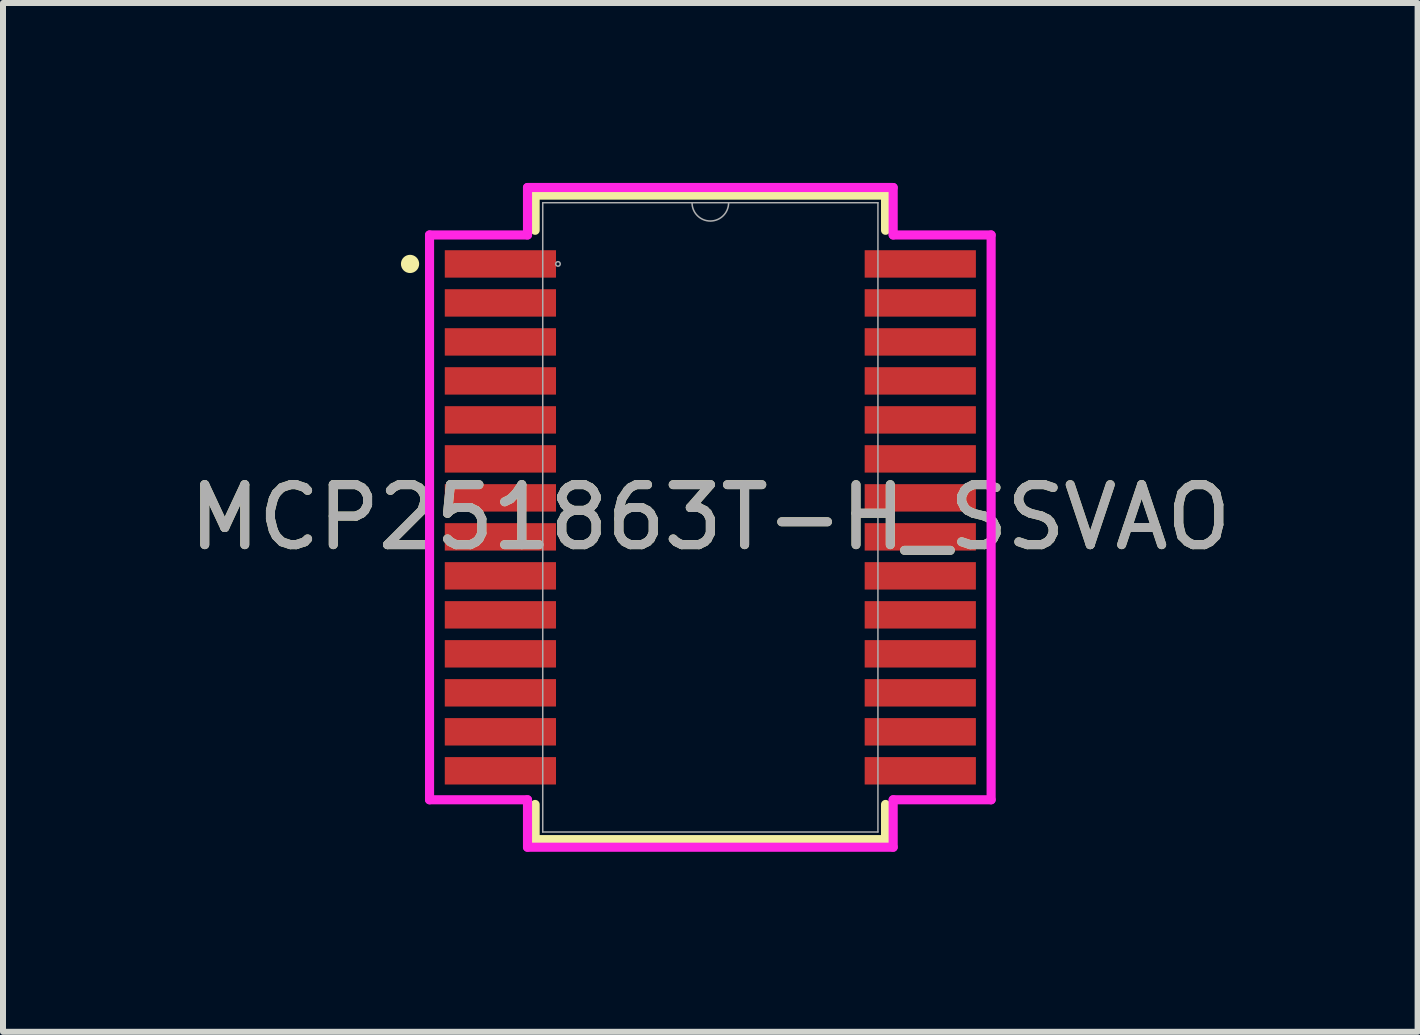
<source format=kicad_pcb>
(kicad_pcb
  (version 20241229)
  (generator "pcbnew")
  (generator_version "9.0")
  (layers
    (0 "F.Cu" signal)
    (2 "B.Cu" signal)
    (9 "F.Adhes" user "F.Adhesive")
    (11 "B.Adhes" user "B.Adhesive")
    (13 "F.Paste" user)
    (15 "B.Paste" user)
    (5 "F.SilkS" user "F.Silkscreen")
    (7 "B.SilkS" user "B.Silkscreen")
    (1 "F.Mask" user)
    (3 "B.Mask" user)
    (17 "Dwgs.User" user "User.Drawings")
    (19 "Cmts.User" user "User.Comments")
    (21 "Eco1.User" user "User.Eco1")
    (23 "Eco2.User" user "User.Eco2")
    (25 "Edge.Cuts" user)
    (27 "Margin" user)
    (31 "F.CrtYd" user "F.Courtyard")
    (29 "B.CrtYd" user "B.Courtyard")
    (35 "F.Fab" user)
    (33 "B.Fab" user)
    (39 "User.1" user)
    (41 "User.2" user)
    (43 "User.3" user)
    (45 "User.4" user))
  (footprint "MCP251863T-H_SSVAO"
    (layer "F.Cu")
    (at 8.792 5.575)
    (property "Reference" "MCP251863T-H_SSVAO" (at 0 0 0) (unlocked yes) (layer "F.SilkS") (effects (font (size 1 1) (thickness 0.15))))
    (attr smd)
    (fp_line (start -2.921 -5.372) (end -2.921 -4.786) (stroke (width 0.152) (type solid)) (layer "F.SilkS"))
    (fp_line (start -2.921 4.786) (end -2.921 5.372) (stroke (width 0.152) (type solid)) (layer "F.SilkS"))
    (fp_line (start -2.921 5.372) (end 2.921 5.372) (stroke (width 0.152) (type solid)) (layer "F.SilkS"))
    (fp_line (start 2.921 -5.372) (end -2.921 -5.372) (stroke (width 0.152) (type solid)) (layer "F.SilkS"))
    (fp_line (start 2.921 -4.786) (end 2.921 -5.372) (stroke (width 0.152) (type solid)) (layer "F.SilkS"))
    (fp_line (start 2.921 5.372) (end 2.921 4.786) (stroke (width 0.152) (type solid)) (layer "F.SilkS"))
    (fp_circle (center -5.006 -4.225) (end -4.93 -4.225) (stroke (width 0.152) (type solid)) (fill no) (layer "F.SilkS"))
    (fp_line (start -4.681 -4.708) (end -3.048 -4.708) (stroke (width 0.152) (type solid)) (layer "F.CrtYd"))
    (fp_line (start -4.681 4.708) (end -4.681 -4.708) (stroke (width 0.152) (type solid)) (layer "F.CrtYd"))
    (fp_line (start -4.681 4.708) (end -3.048 4.708) (stroke (width 0.152) (type solid)) (layer "F.CrtYd"))
    (fp_line (start -3.048 -5.499) (end 3.048 -5.499) (stroke (width 0.152) (type solid)) (layer "F.CrtYd"))
    (fp_line (start -3.048 -4.708) (end -3.048 -5.499) (stroke (width 0.152) (type solid)) (layer "F.CrtYd"))
    (fp_line (start -3.048 5.499) (end -3.048 4.708) (stroke (width 0.152) (type solid)) (layer "F.CrtYd"))
    (fp_line (start 3.048 -5.499) (end 3.048 -4.708) (stroke (width 0.152) (type solid)) (layer "F.CrtYd"))
    (fp_line (start 3.048 4.708) (end 3.048 5.499) (stroke (width 0.152) (type solid)) (layer "F.CrtYd"))
    (fp_line (start 3.048 5.499) (end -3.048 5.499) (stroke (width 0.152) (type solid)) (layer "F.CrtYd"))
    (fp_line (start 4.681 -4.708) (end 3.048 -4.708) (stroke (width 0.152) (type solid)) (layer "F.CrtYd"))
    (fp_line (start 4.681 -4.708) (end 4.681 4.708) (stroke (width 0.152) (type solid)) (layer "F.CrtYd"))
    (fp_line (start 4.681 4.708) (end 3.048 4.708) (stroke (width 0.152) (type solid)) (layer "F.CrtYd"))
    (fp_line (start -2.794 -5.245) (end -2.794 5.245) (stroke (width 0.025) (type solid)) (layer "F.Fab"))
    (fp_line (start -2.794 5.245) (end 2.794 5.245) (stroke (width 0.025) (type solid)) (layer "F.Fab"))
    (fp_line (start 2.794 -5.245) (end -2.794 -5.245) (stroke (width 0.025) (type solid)) (layer "F.Fab"))
    (fp_line (start 2.794 5.245) (end 2.794 -5.245) (stroke (width 0.025) (type solid)) (layer "F.Fab"))
    (fp_arc (start 0.3048 -5.2451) (mid 0 -4.9403) (end -0.3048 -5.2451) (stroke (width 0.0254) (type solid)) (layer "F.Fab"))
    (fp_circle (center -2.54 -4.225) (end -2.502 -4.225) (stroke (width 0.025) (type solid)) (fill no) (layer "F.Fab"))
    (fp_text user "${REFERENCE}" (at 0 0 0) (unlocked yes) (layer "F.Fab") (effects (font (size 1 1) (thickness 0.15))))
    (pad "1" smd rect (at -3.5 -4.225) (size 1.854 0.457) (layers "F.Cu" "F.Mask" "F.Paste"))
    (pad "2" smd rect (at -3.5 -3.575) (size 1.854 0.457) (layers "F.Cu" "F.Mask" "F.Paste"))
    (pad "3" smd rect (at -3.5 -2.925) (size 1.854 0.457) (layers "F.Cu" "F.Mask" "F.Paste"))
    (pad "4" smd rect (at -3.5 -2.275) (size 1.854 0.457) (layers "F.Cu" "F.Mask" "F.Paste"))
    (pad "5" smd rect (at -3.5 -1.625) (size 1.854 0.457) (layers "F.Cu" "F.Mask" "F.Paste"))
    (pad "6" smd rect (at -3.5 -0.975) (size 1.854 0.457) (layers "F.Cu" "F.Mask" "F.Paste"))
    (pad "7" smd rect (at -3.5 -0.325) (size 1.854 0.457) (layers "F.Cu" "F.Mask" "F.Paste"))
    (pad "8" smd rect (at -3.5 0.325) (size 1.854 0.457) (layers "F.Cu" "F.Mask" "F.Paste"))
    (pad "9" smd rect (at -3.5 0.975) (size 1.854 0.457) (layers "F.Cu" "F.Mask" "F.Paste"))
    (pad "10" smd rect (at -3.5 1.625) (size 1.854 0.457) (layers "F.Cu" "F.Mask" "F.Paste"))
    (pad "11" smd rect (at -3.5 2.275) (size 1.854 0.457) (layers "F.Cu" "F.Mask" "F.Paste"))
    (pad "12" smd rect (at -3.5 2.925) (size 1.854 0.457) (layers "F.Cu" "F.Mask" "F.Paste"))
    (pad "13" smd rect (at -3.5 3.575) (size 1.854 0.457) (layers "F.Cu" "F.Mask" "F.Paste"))
    (pad "14" smd rect (at -3.5 4.225) (size 1.854 0.457) (layers "F.Cu" "F.Mask" "F.Paste"))
    (pad "15" smd rect (at 3.5 4.225) (size 1.854 0.457) (layers "F.Cu" "F.Mask" "F.Paste"))
    (pad "16" smd rect (at 3.5 3.575) (size 1.854 0.457) (layers "F.Cu" "F.Mask" "F.Paste"))
    (pad "17" smd rect (at 3.5 2.925) (size 1.854 0.457) (layers "F.Cu" "F.Mask" "F.Paste"))
    (pad "18" smd rect (at 3.5 2.275) (size 1.854 0.457) (layers "F.Cu" "F.Mask" "F.Paste"))
    (pad "19" smd rect (at 3.5 1.625) (size 1.854 0.457) (layers "F.Cu" "F.Mask" "F.Paste"))
    (pad "20" smd rect (at 3.5 0.975) (size 1.854 0.457) (layers "F.Cu" "F.Mask" "F.Paste"))
    (pad "21" smd rect (at 3.5 0.325) (size 1.854 0.457) (layers "F.Cu" "F.Mask" "F.Paste"))
    (pad "22" smd rect (at 3.5 -0.325) (size 1.854 0.457) (layers "F.Cu" "F.Mask" "F.Paste"))
    (pad "23" smd rect (at 3.5 -0.975) (size 1.854 0.457) (layers "F.Cu" "F.Mask" "F.Paste"))
    (pad "24" smd rect (at 3.5 -1.625) (size 1.854 0.457) (layers "F.Cu" "F.Mask" "F.Paste"))
    (pad "25" smd rect (at 3.5 -2.275) (size 1.854 0.457) (layers "F.Cu" "F.Mask" "F.Paste"))
    (pad "26" smd rect (at 3.5 -2.925) (size 1.854 0.457) (layers "F.Cu" "F.Mask" "F.Paste"))
    (pad "27" smd rect (at 3.5 -3.575) (size 1.854 0.457) (layers "F.Cu" "F.Mask" "F.Paste"))
    (pad "28" smd rect (at 3.5 -4.225) (size 1.854 0.457) (layers "F.Cu" "F.Mask" "F.Paste")))
  (gr_rect
    (start -3 -3)
    (end 20.583 14.151)
    (stroke (width 0.1) (type default))
    (fill no)
    (layer "Edge.Cuts")))
</source>
